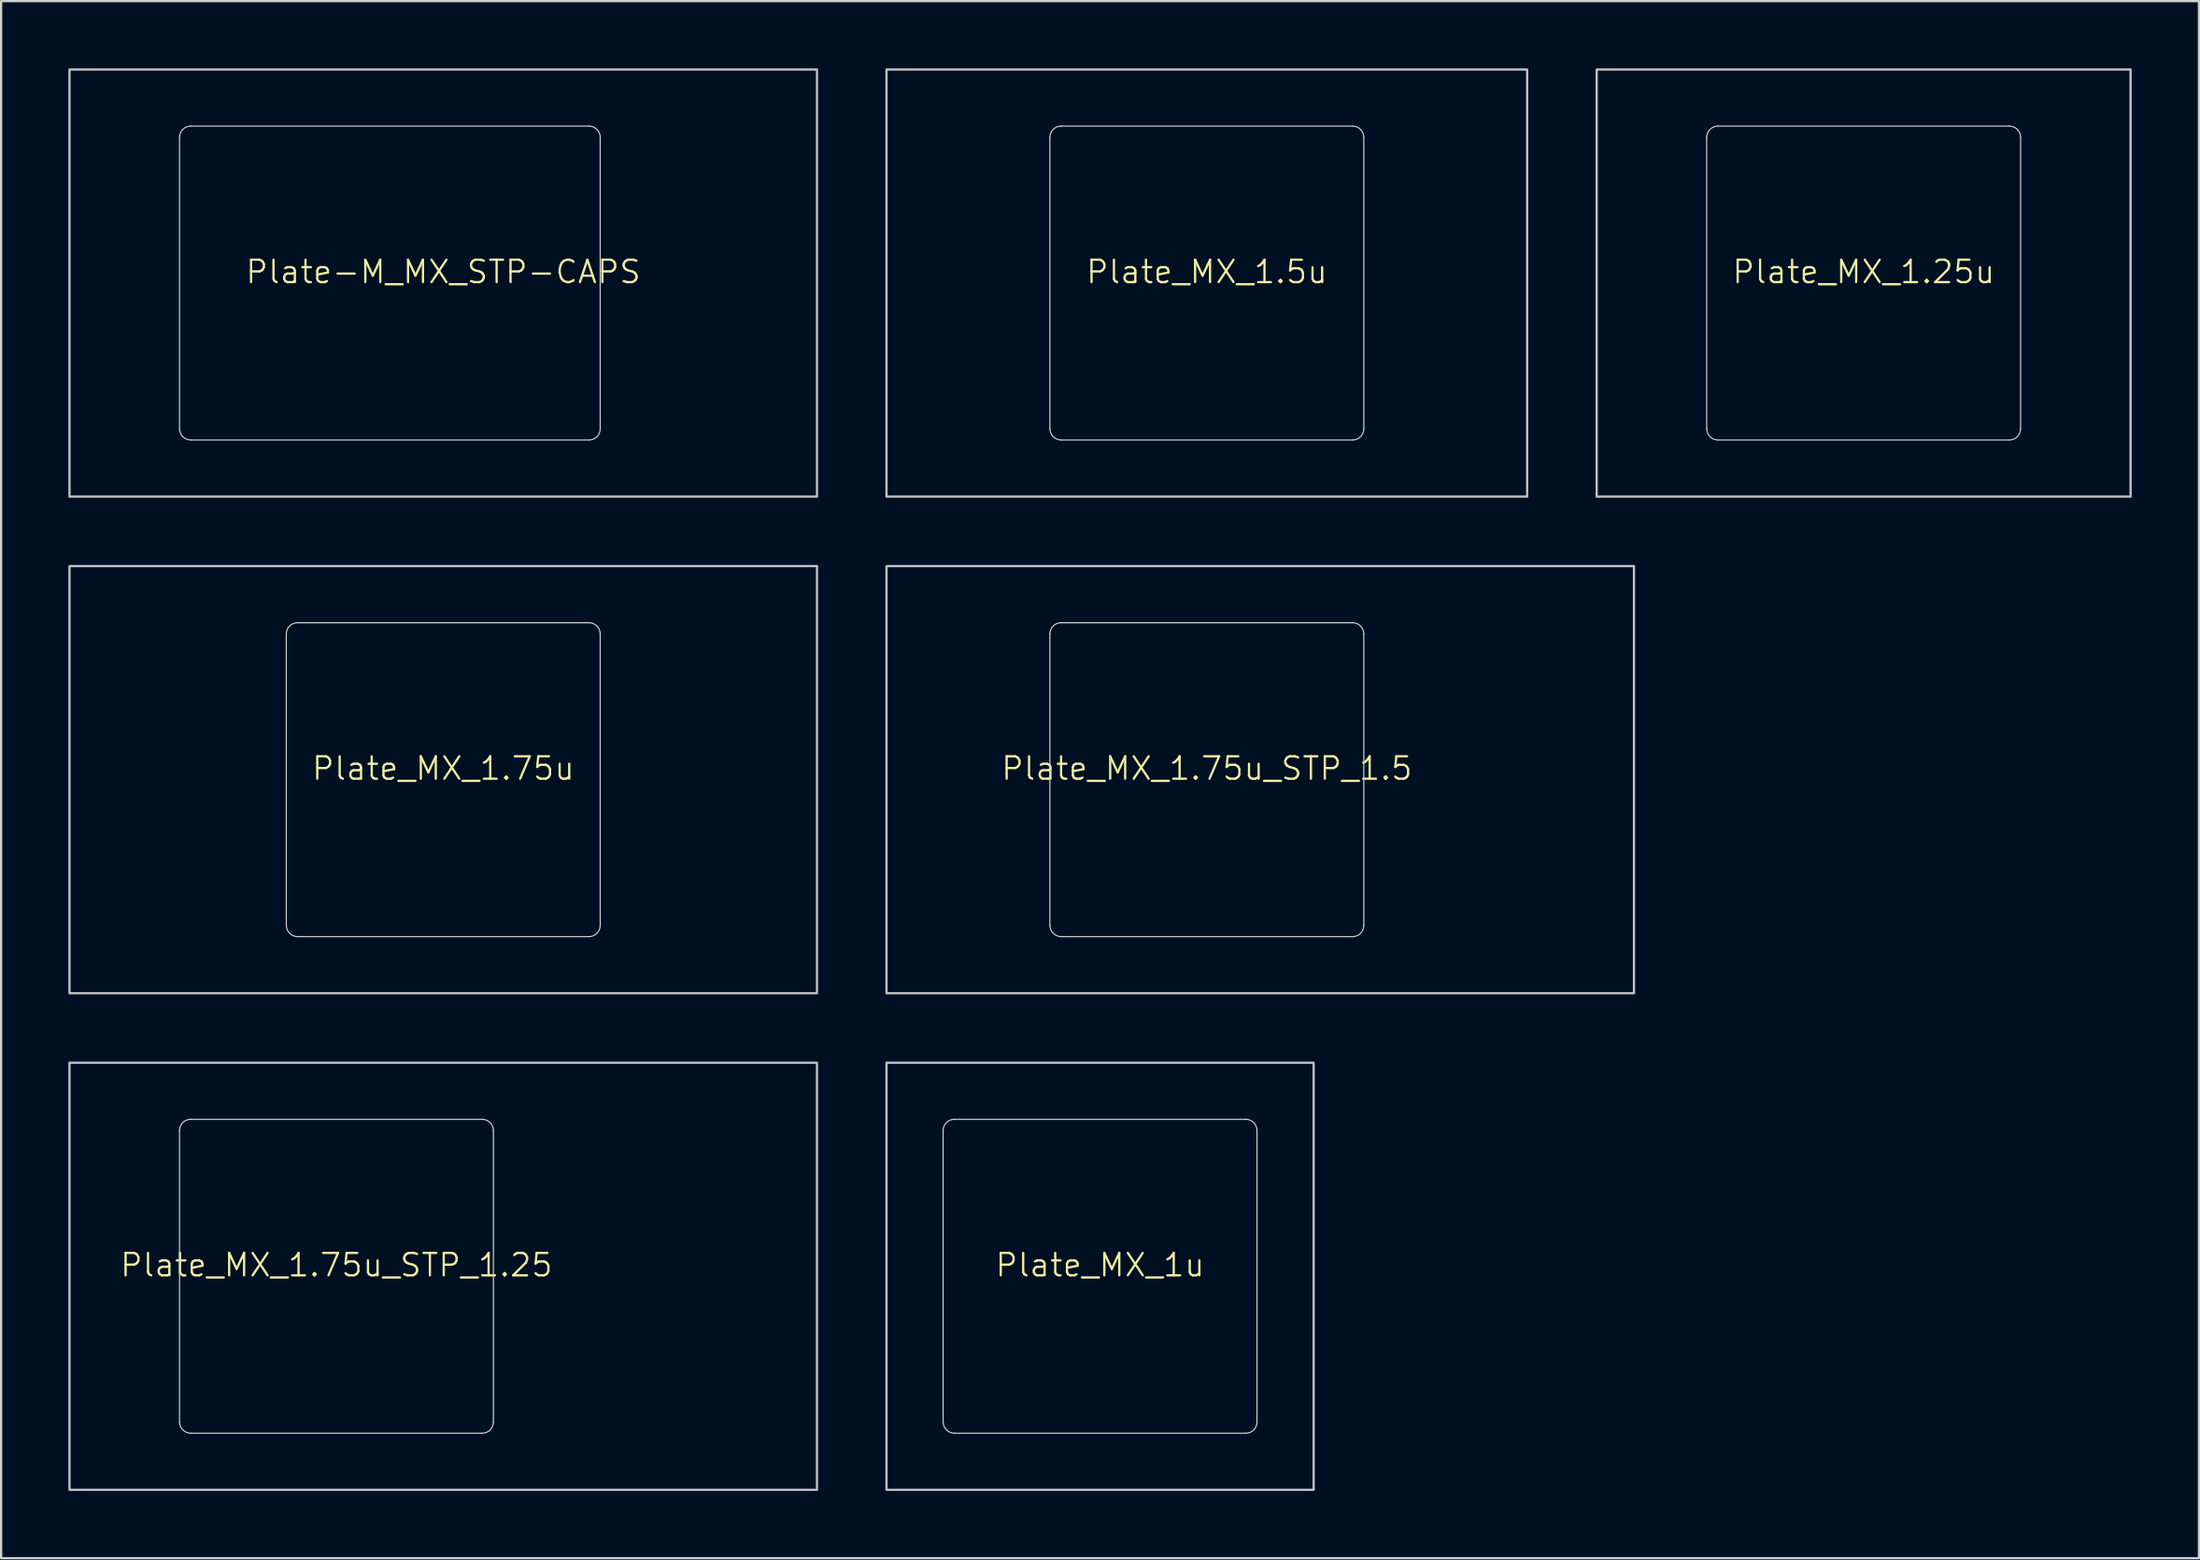
<source format=kicad_pcb>
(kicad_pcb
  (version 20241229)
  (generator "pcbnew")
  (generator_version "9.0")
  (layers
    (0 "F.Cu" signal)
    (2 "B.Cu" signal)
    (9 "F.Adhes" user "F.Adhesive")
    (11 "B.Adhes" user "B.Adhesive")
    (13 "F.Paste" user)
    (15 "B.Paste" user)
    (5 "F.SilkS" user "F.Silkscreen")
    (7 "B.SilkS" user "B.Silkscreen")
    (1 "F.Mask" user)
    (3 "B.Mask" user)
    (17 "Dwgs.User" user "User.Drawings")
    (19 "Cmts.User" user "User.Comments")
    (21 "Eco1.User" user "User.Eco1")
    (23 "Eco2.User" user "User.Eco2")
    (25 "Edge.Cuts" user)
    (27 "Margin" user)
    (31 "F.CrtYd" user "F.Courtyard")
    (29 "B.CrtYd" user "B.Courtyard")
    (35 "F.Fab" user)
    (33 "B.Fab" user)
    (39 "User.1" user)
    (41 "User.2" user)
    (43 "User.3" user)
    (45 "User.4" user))
  (footprint "Plate_MX_1.75u_STP_1.25"
    (layer "F.Cu")
    (at 11.956 53.875)
    (property "Reference" "Plate_MX_1.75u_STP_1.25" (at 0 -0.5 0) (unlocked yes) (layer "F.SilkS") (effects (font (size 1 1) (thickness 0.1))))
    (attr exclude_from_pos_files exclude_from_bom allow_missing_courtyard)
    (fp_rect (start -11.906 -9.525) (end 21.431 9.525) (stroke (width 0.1) (type solid)) (fill no) (layer "Dwgs.User"))
    (fp_line (start -7 -6.5) (end -7 6.5) (stroke (width 0.05) (type solid)) (layer "Edge.Cuts"))
    (fp_line (start -6.5 7) (end 6.5 7) (stroke (width 0.05) (type solid)) (layer "Edge.Cuts"))
    (fp_line (start 6.5 -7) (end -6.5 -7) (stroke (width 0.05) (type solid)) (layer "Edge.Cuts"))
    (fp_line (start 7 6.5) (end 7 -6.5) (stroke (width 0.05) (type solid)) (layer "Edge.Cuts"))
    (fp_arc (start -7 -6.5) (mid -6.853553 -6.853553) (end -6.5 -7) (stroke (width 0.05) (type solid)) (layer "Edge.Cuts"))
    (fp_arc (start -6.497236 6.998884) (mid -6.850789 6.852437) (end -6.997236 6.498884) (stroke (width 0.05) (type solid)) (layer "Edge.Cuts"))
    (fp_arc (start 6.5 -7) (mid 6.853554 -6.853554) (end 7 -6.5) (stroke (width 0.05) (type solid)) (layer "Edge.Cuts"))
    (fp_arc (start 7 6.5) (mid 6.853554 6.853554) (end 6.5 7) (stroke (width 0.05) (type solid)) (layer "Edge.Cuts")))
  (footprint "Plate_MX_1.25u"
    (layer "F.Cu")
    (at 80.069 9.575)
    (property "Reference" "Plate_MX_1.25u" (at 0 -0.5 0) (unlocked yes) (layer "F.SilkS") (effects (font (size 1 1) (thickness 0.1))))
    (attr exclude_from_pos_files exclude_from_bom allow_missing_courtyard)
    (fp_rect (start -11.906 -9.525) (end 11.906 9.525) (stroke (width 0.1) (type solid)) (fill no) (layer "Dwgs.User"))
    (fp_line (start -7 -6.5) (end -7 6.5) (stroke (width 0.05) (type solid)) (layer "Edge.Cuts"))
    (fp_line (start -6.5 7) (end 6.5 7) (stroke (width 0.05) (type solid)) (layer "Edge.Cuts"))
    (fp_line (start 6.5 -7) (end -6.5 -7) (stroke (width 0.05) (type solid)) (layer "Edge.Cuts"))
    (fp_line (start 7 6.5) (end 7 -6.5) (stroke (width 0.05) (type solid)) (layer "Edge.Cuts"))
    (fp_arc (start -7 -6.5) (mid -6.853553 -6.853553) (end -6.5 -7) (stroke (width 0.05) (type solid)) (layer "Edge.Cuts"))
    (fp_arc (start -6.497236 6.998884) (mid -6.850789 6.852437) (end -6.997236 6.498884) (stroke (width 0.05) (type solid)) (layer "Edge.Cuts"))
    (fp_arc (start 6.5 -7) (mid 6.853554 -6.853554) (end 7 -6.5) (stroke (width 0.05) (type solid)) (layer "Edge.Cuts"))
    (fp_arc (start 7 6.5) (mid 6.853554 6.853554) (end 6.5 7) (stroke (width 0.05) (type solid)) (layer "Edge.Cuts")))
  (footprint "Plate_MX_1u"
    (layer "F.Cu")
    (at 46.013 53.875)
    (property "Reference" "Plate_MX_1u" (at 0 -0.5 0) (unlocked yes) (layer "F.SilkS") (effects (font (size 1 1) (thickness 0.1))))
    (attr exclude_from_pos_files exclude_from_bom allow_missing_courtyard)
    (fp_rect (start -9.525 -9.525) (end 9.525 9.525) (stroke (width 0.1) (type solid)) (fill no) (layer "Dwgs.User"))
    (fp_line (start -7 -6.5) (end -7 6.5) (stroke (width 0.05) (type solid)) (layer "Edge.Cuts"))
    (fp_line (start -6.5 7) (end 6.5 7) (stroke (width 0.05) (type solid)) (layer "Edge.Cuts"))
    (fp_line (start 6.5 -7) (end -6.5 -7) (stroke (width 0.05) (type solid)) (layer "Edge.Cuts"))
    (fp_line (start 7 6.5) (end 7 -6.5) (stroke (width 0.05) (type solid)) (layer "Edge.Cuts"))
    (fp_arc (start -7 -6.5) (mid -6.853553 -6.853553) (end -6.5 -7) (stroke (width 0.05) (type solid)) (layer "Edge.Cuts"))
    (fp_arc (start -6.497236 6.998884) (mid -6.850789 6.852437) (end -6.997236 6.498884) (stroke (width 0.05) (type solid)) (layer "Edge.Cuts"))
    (fp_arc (start 6.5 -7) (mid 6.853554 -6.853554) (end 7 -6.5) (stroke (width 0.05) (type solid)) (layer "Edge.Cuts"))
    (fp_arc (start 7 6.5) (mid 6.853554 6.853554) (end 6.5 7) (stroke (width 0.05) (type solid)) (layer "Edge.Cuts")))
  (footprint "Plate-M_MX_STP-CAPS"
    (layer "F.Cu")
    (at 16.719 9.575)
    (property "Reference" "Plate-M_MX_STP-CAPS" (at 0 -0.5 0) (unlocked yes) (layer "F.SilkS") (effects (font (size 1 1) (thickness 0.1))))
    (attr exclude_from_pos_files exclude_from_bom allow_missing_courtyard)
    (fp_line (start -11.762 -6.5) (end -11.762 6.5) (stroke (width 1.1) (type solid)) (layer "F.Mask"))
    (fp_line (start -11.26 6.999) (end 6.5 7) (stroke (width 1.1) (type solid)) (layer "F.Mask"))
    (fp_line (start 6.5 -7) (end -11.262 -7) (stroke (width 1.1) (type solid)) (layer "F.Mask"))
    (fp_line (start 7 6.5) (end 7 -6.5) (stroke (width 1.1) (type solid)) (layer "F.Mask"))
    (fp_arc (start -11.7625 -6.5) (mid -11.616053 -6.853553) (end -11.2625 -7) (stroke (width 1.1) (type solid)) (layer "F.Mask"))
    (fp_arc (start -11.259736 6.998884) (mid -11.613289 6.852437) (end -11.759736 6.498884) (stroke (width 1.1) (type solid)) (layer "F.Mask"))
    (fp_arc (start 6.5 -7) (mid 6.853521 -6.853536) (end 7 -6.5) (stroke (width 1.1) (type solid)) (layer "F.Mask"))
    (fp_arc (start 7 6.5) (mid 6.853556 6.853571) (end 6.5 7) (stroke (width 1.1) (type solid)) (layer "F.Mask"))
    (fp_line (start -11.762 6.5) (end -11.762 -6.5) (stroke (width 1.1) (type solid)) (layer "B.Mask"))
    (fp_line (start -11.262 -7) (end 6.5 -7) (stroke (width 1.1) (type solid)) (layer "B.Mask"))
    (fp_line (start 6.497 6.999) (end -11.262 7) (stroke (width 1.1) (type solid)) (layer "B.Mask"))
    (fp_line (start 7 -6.5) (end 7 6.5) (stroke (width 1.1) (type solid)) (layer "B.Mask"))
    (fp_arc (start -11.7625 -6.5) (mid -11.616056 -6.853571) (end -11.2625 -7) (stroke (width 1.1) (type solid)) (layer "B.Mask"))
    (fp_arc (start -11.2625 7) (mid -11.616021 6.853536) (end -11.7625 6.5) (stroke (width 1.1) (type solid)) (layer "B.Mask"))
    (fp_arc (start 6.5 -7) (mid 6.853553 -6.853553) (end 7 -6.5) (stroke (width 1.1) (type solid)) (layer "B.Mask"))
    (fp_arc (start 6.997236 6.498884) (mid 6.850789 6.852437) (end 6.497236 6.998884) (stroke (width 1.1) (type solid)) (layer "B.Mask"))
    (fp_rect (start -16.669 -9.525) (end 16.669 9.525) (stroke (width 0.1) (type solid)) (fill no) (layer "Dwgs.User"))
    (fp_line (start -11.762 -6.5) (end -11.762 6.5) (stroke (width 0.05) (type solid)) (layer "Edge.Cuts"))
    (fp_line (start -11.26 6.999) (end 6.5 7) (stroke (width 0.05) (type solid)) (layer "Edge.Cuts"))
    (fp_line (start 6.5 -7) (end -11.262 -7) (stroke (width 0.05) (type solid)) (layer "Edge.Cuts"))
    (fp_line (start 7 6.5) (end 7 -6.5) (stroke (width 0.05) (type solid)) (layer "Edge.Cuts"))
    (fp_arc (start -11.7625 -6.5) (mid -11.616053 -6.853553) (end -11.2625 -7) (stroke (width 0.05) (type solid)) (layer "Edge.Cuts"))
    (fp_arc (start -11.259736 6.998884) (mid -11.613289 6.852437) (end -11.759736 6.498884) (stroke (width 0.05) (type solid)) (layer "Edge.Cuts"))
    (fp_arc (start 6.5 -7) (mid 6.853554 -6.853554) (end 7 -6.5) (stroke (width 0.05) (type solid)) (layer "Edge.Cuts"))
    (fp_arc (start 7 6.5) (mid 6.853554 6.853554) (end 6.5 7) (stroke (width 0.05) (type solid)) (layer "Edge.Cuts")))
  (footprint "Plate_MX_1.75u_STP_1.5"
    (layer "F.Cu")
    (at 50.775 31.725)
    (property "Reference" "Plate_MX_1.75u_STP_1.5" (at 0 -0.5 0) (unlocked yes) (layer "F.SilkS") (effects (font (size 1 1) (thickness 0.1))))
    (attr exclude_from_pos_files exclude_from_bom allow_missing_courtyard)
    (fp_rect (start -14.287 -9.525) (end 19.05 9.525) (stroke (width 0.1) (type solid)) (fill no) (layer "Dwgs.User"))
    (fp_line (start -7 -6.5) (end -7 6.5) (stroke (width 0.05) (type solid)) (layer "Edge.Cuts"))
    (fp_line (start -6.5 7) (end 6.5 7) (stroke (width 0.05) (type solid)) (layer "Edge.Cuts"))
    (fp_line (start 6.5 -7) (end -6.5 -7) (stroke (width 0.05) (type solid)) (layer "Edge.Cuts"))
    (fp_line (start 7 6.5) (end 7 -6.5) (stroke (width 0.05) (type solid)) (layer "Edge.Cuts"))
    (fp_arc (start -7 -6.5) (mid -6.853553 -6.853553) (end -6.5 -7) (stroke (width 0.05) (type solid)) (layer "Edge.Cuts"))
    (fp_arc (start -6.497236 6.998884) (mid -6.850789 6.852437) (end -6.997236 6.498884) (stroke (width 0.05) (type solid)) (layer "Edge.Cuts"))
    (fp_arc (start 6.5 -7) (mid 6.853554 -6.853554) (end 7 -6.5) (stroke (width 0.05) (type solid)) (layer "Edge.Cuts"))
    (fp_arc (start 7 6.5) (mid 6.853554 6.853554) (end 6.5 7) (stroke (width 0.05) (type solid)) (layer "Edge.Cuts")))
  (footprint "Plate_MX_1.75u"
    (layer "F.Cu")
    (at 16.719 31.725)
    (property "Reference" "Plate_MX_1.75u" (at 0 -0.5 0) (unlocked yes) (layer "F.SilkS") (effects (font (size 1 1) (thickness 0.1))))
    (attr exclude_from_pos_files exclude_from_bom allow_missing_courtyard)
    (fp_rect (start -16.669 -9.525) (end 16.669 9.525) (stroke (width 0.1) (type solid)) (fill no) (layer "Dwgs.User"))
    (fp_line (start -7 -6.5) (end -7 6.5) (stroke (width 0.05) (type solid)) (layer "Edge.Cuts"))
    (fp_line (start -6.5 7) (end 6.5 7) (stroke (width 0.05) (type solid)) (layer "Edge.Cuts"))
    (fp_line (start 6.5 -7) (end -6.5 -7) (stroke (width 0.05) (type solid)) (layer "Edge.Cuts"))
    (fp_line (start 7 6.5) (end 7 -6.5) (stroke (width 0.05) (type solid)) (layer "Edge.Cuts"))
    (fp_arc (start -7 -6.5) (mid -6.853553 -6.853553) (end -6.5 -7) (stroke (width 0.05) (type solid)) (layer "Edge.Cuts"))
    (fp_arc (start -6.497236 6.998884) (mid -6.850789 6.852437) (end -6.997236 6.498884) (stroke (width 0.05) (type solid)) (layer "Edge.Cuts"))
    (fp_arc (start 6.5 -7) (mid 6.853554 -6.853554) (end 7 -6.5) (stroke (width 0.05) (type solid)) (layer "Edge.Cuts"))
    (fp_arc (start 7 6.5) (mid 6.853554 6.853554) (end 6.5 7) (stroke (width 0.05) (type solid)) (layer "Edge.Cuts")))
  (footprint "Plate_MX_1.5u"
    (layer "F.Cu")
    (at 50.775 9.575)
    (property "Reference" "Plate_MX_1.5u" (at 0 -0.5 0) (unlocked yes) (layer "F.SilkS") (effects (font (size 1 1) (thickness 0.1))))
    (attr exclude_from_pos_files exclude_from_bom allow_missing_courtyard)
    (fp_rect (start -14.287 -9.525) (end 14.287 9.525) (stroke (width 0.1) (type solid)) (fill no) (layer "Dwgs.User"))
    (fp_line (start -7 -6.5) (end -7 6.5) (stroke (width 0.05) (type solid)) (layer "Edge.Cuts"))
    (fp_line (start -6.5 7) (end 6.5 7) (stroke (width 0.05) (type solid)) (layer "Edge.Cuts"))
    (fp_line (start 6.5 -7) (end -6.5 -7) (stroke (width 0.05) (type solid)) (layer "Edge.Cuts"))
    (fp_line (start 7 6.5) (end 7 -6.5) (stroke (width 0.05) (type solid)) (layer "Edge.Cuts"))
    (fp_arc (start -7 -6.5) (mid -6.853553 -6.853553) (end -6.5 -7) (stroke (width 0.05) (type solid)) (layer "Edge.Cuts"))
    (fp_arc (start -6.497236 6.998884) (mid -6.850789 6.852437) (end -6.997236 6.498884) (stroke (width 0.05) (type solid)) (layer "Edge.Cuts"))
    (fp_arc (start 6.5 -7) (mid 6.853554 -6.853554) (end 7 -6.5) (stroke (width 0.05) (type solid)) (layer "Edge.Cuts"))
    (fp_arc (start 7 6.5) (mid 6.853554 6.853554) (end 6.5 7) (stroke (width 0.05) (type solid)) (layer "Edge.Cuts")))
  (gr_rect
    (start -3 -3)
    (end 95.025 66.45)
    (stroke (width 0.1) (type default))
    (fill no)
    (layer "Edge.Cuts")))
</source>
